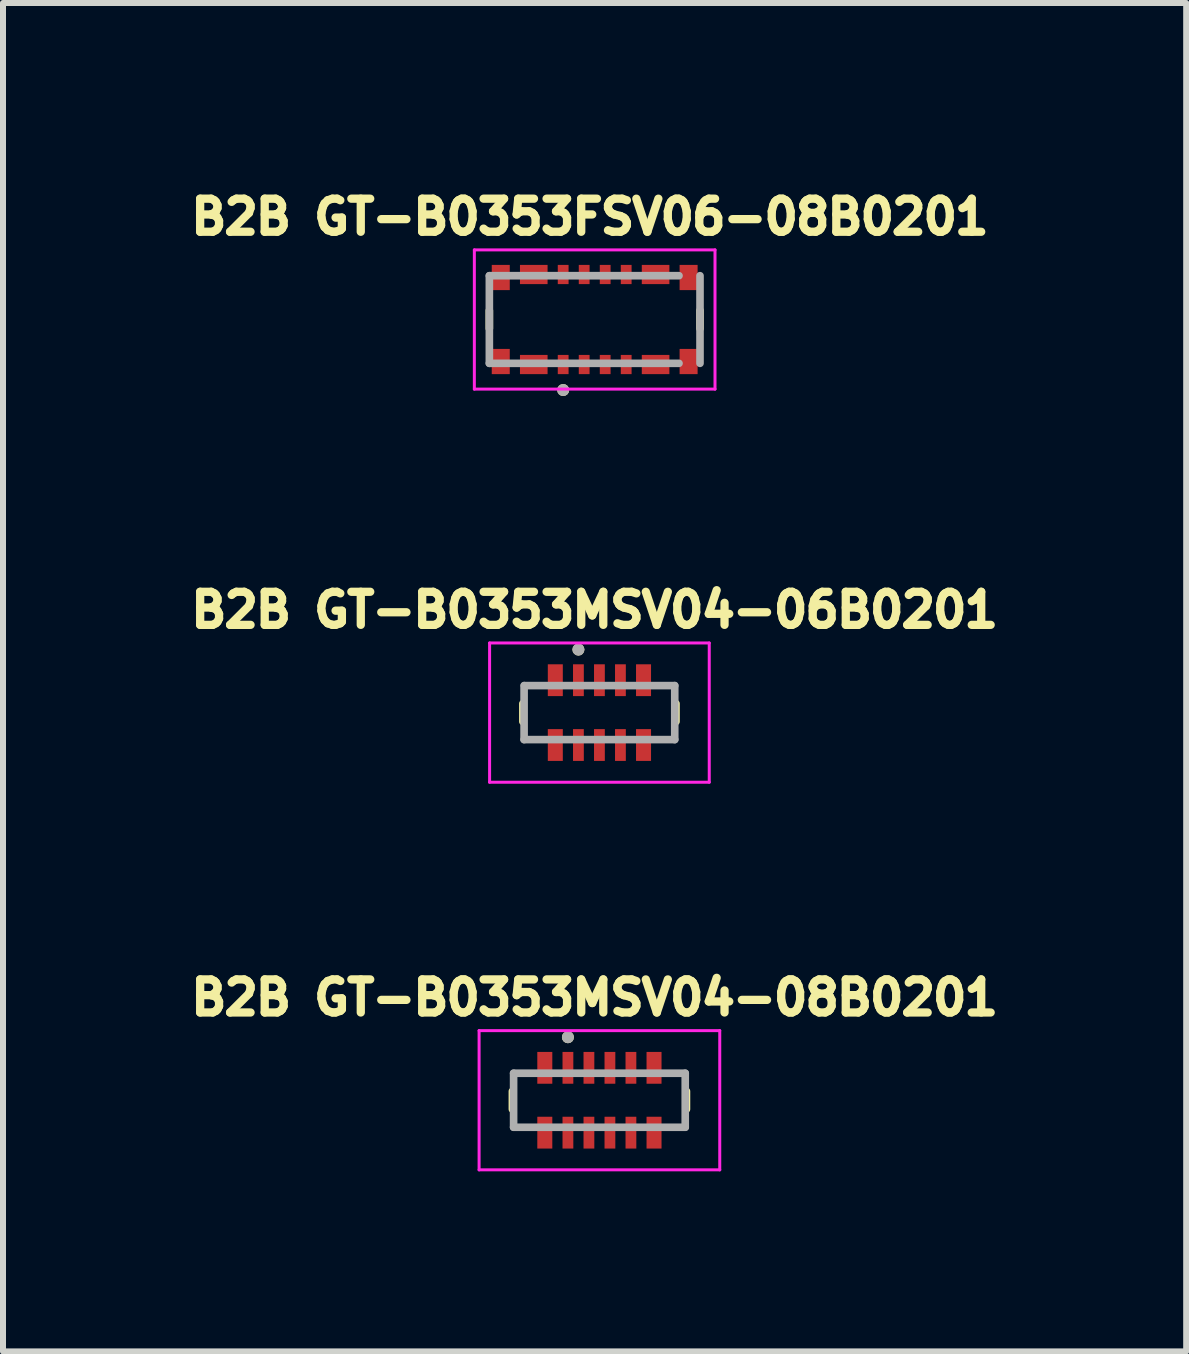
<source format=kicad_pcb>
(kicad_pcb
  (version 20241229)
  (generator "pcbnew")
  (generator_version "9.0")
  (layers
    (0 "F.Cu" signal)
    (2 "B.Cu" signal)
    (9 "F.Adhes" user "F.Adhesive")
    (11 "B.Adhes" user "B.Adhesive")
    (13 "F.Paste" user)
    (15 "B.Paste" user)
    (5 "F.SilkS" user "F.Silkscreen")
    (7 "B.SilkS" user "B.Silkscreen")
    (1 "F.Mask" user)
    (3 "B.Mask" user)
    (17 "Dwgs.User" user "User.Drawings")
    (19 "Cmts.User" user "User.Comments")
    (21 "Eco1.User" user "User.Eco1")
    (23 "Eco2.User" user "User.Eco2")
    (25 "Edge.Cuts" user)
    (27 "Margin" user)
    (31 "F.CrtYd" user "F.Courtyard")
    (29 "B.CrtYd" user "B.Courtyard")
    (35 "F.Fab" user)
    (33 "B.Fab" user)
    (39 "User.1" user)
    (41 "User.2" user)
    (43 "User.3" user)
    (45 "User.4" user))
  (footprint "B2B GT-B0353MSV04-08B0201"
    (layer "F.Cu")
    (at 6.938 15.283)
    (property "Reference" "B2B GT-B0353MSV04-08B0201" (at -0.08 -1.71 0) (layer "F.SilkS") (effects (font (size 0.551 0.551) (thickness 0.138))))
    (attr smd)
    (fp_line (start -1.45 -0.15) (end -1.45 0.15) (stroke (width 0.127) (type solid)) (layer "F.SilkS"))
    (fp_line (start 1.45 -0.15) (end 1.45 0.15) (stroke (width 0.127) (type solid)) (layer "F.SilkS"))
    (fp_circle (center -0.525 -1.05) (end -0.475 -1.05) (stroke (width 0.1) (type solid)) (fill no) (layer "F.SilkS"))
    (fp_line (start -2.005 -1.16) (end -2.005 1.16) (stroke (width 0.05) (type solid)) (layer "F.CrtYd"))
    (fp_line (start -2.005 1.16) (end 2.005 1.16) (stroke (width 0.05) (type solid)) (layer "F.CrtYd"))
    (fp_line (start 2.005 -1.16) (end -2.005 -1.16) (stroke (width 0.05) (type solid)) (layer "F.CrtYd"))
    (fp_line (start 2.005 1.16) (end 2.005 -1.16) (stroke (width 0.05) (type solid)) (layer "F.CrtYd"))
    (fp_line (start -1.43 -0.45) (end -1.43 0.45) (stroke (width 0.127) (type solid)) (layer "F.Fab"))
    (fp_line (start -1.43 -0.45) (end 1.43 -0.45) (stroke (width 0.127) (type solid)) (layer "F.Fab"))
    (fp_line (start -1.43 0.45) (end 1.43 0.45) (stroke (width 0.127) (type solid)) (layer "F.Fab"))
    (fp_line (start 1.43 -0.45) (end 1.43 0.45) (stroke (width 0.127) (type solid)) (layer "F.Fab"))
    (fp_circle (center -0.525 -1.05) (end -0.475 -1.05) (stroke (width 0.1) (type solid)) (fill no) (layer "F.Fab"))
    (pad "1" smd rect (at -0.525 -0.54) (size 0.18 0.53) (layers "F.Cu" "F.Mask" "F.Paste"))
    (pad "2" smd rect (at -0.525 0.54) (size 0.18 0.53) (layers "F.Cu" "F.Mask" "F.Paste"))
    (pad "3" smd rect (at -0.175 -0.54) (size 0.18 0.53) (layers "F.Cu" "F.Mask" "F.Paste"))
    (pad "4" smd rect (at -0.175 0.54) (size 0.18 0.53) (layers "F.Cu" "F.Mask" "F.Paste"))
    (pad "5" smd rect (at 0.175 -0.54) (size 0.18 0.53) (layers "F.Cu" "F.Mask" "F.Paste"))
    (pad "6" smd rect (at 0.175 0.54) (size 0.18 0.53) (layers "F.Cu" "F.Mask" "F.Paste"))
    (pad "7" smd rect (at 0.525 -0.54) (size 0.18 0.53) (layers "F.Cu" "F.Mask" "F.Paste"))
    (pad "8" smd rect (at 0.525 0.54) (size 0.18 0.53) (layers "F.Cu" "F.Mask" "F.Paste"))
    (pad "P1" smd rect (at -0.91 0.54) (size 0.25 0.53) (layers "F.Cu" "F.Mask" "F.Paste"))
    (pad "P1_2" smd rect (at -0.91 -0.54) (size 0.25 0.53) (layers "F.Cu" "F.Mask" "F.Paste"))
    (pad "P2" smd rect (at 0.91 0.54) (size 0.25 0.53) (layers "F.Cu" "F.Mask" "F.Paste"))
    (pad "P2_2" smd rect (at 0.91 -0.54) (size 0.25 0.53) (layers "F.Cu" "F.Mask" "F.Paste")))
  (footprint "B2B GT-B0353FSV06-08B0201"
    (layer "F.Cu")
    (at 6.859 2.274)
    (property "Reference" "B2B GT-B0353FSV06-08B0201" (at -0.08 -1.71 0) (layer "F.SilkS") (effects (font (size 0.551 0.551) (thickness 0.138))))
    (attr smd)
    (fp_poly (pts (xy -1.295 -0.96) (xy -0.735 -0.96) (xy -0.735 -0.54) (xy -1.295 -0.54)) (stroke (width 0.01) (type solid)) (fill yes) (layer "F.Mask"))
    (fp_poly (pts (xy -1.295 0.54) (xy -0.735 0.54) (xy -0.735 0.96) (xy -1.295 0.96)) (stroke (width 0.01) (type solid)) (fill yes) (layer "F.Mask"))
    (fp_poly (pts (xy -0.665 -0.96) (xy -0.385 -0.96) (xy -0.385 -0.54) (xy -0.665 -0.54)) (stroke (width 0.01) (type solid)) (fill yes) (layer "F.Mask"))
    (fp_poly (pts (xy -0.665 0.54) (xy -0.385 0.54) (xy -0.385 0.96) (xy -0.665 0.96)) (stroke (width 0.01) (type solid)) (fill yes) (layer "F.Mask"))
    (fp_poly (pts (xy -0.315 -0.96) (xy -0.035 -0.96) (xy -0.035 -0.54) (xy -0.315 -0.54)) (stroke (width 0.01) (type solid)) (fill yes) (layer "F.Mask"))
    (fp_poly (pts (xy -0.315 0.54) (xy -0.035 0.54) (xy -0.035 0.96) (xy -0.315 0.96)) (stroke (width 0.01) (type solid)) (fill yes) (layer "F.Mask"))
    (fp_poly (pts (xy 0.035 -0.96) (xy 0.315 -0.96) (xy 0.315 -0.54) (xy 0.035 -0.54)) (stroke (width 0.01) (type solid)) (fill yes) (layer "F.Mask"))
    (fp_poly (pts (xy 0.035 0.54) (xy 0.315 0.54) (xy 0.315 0.96) (xy 0.035 0.96)) (stroke (width 0.01) (type solid)) (fill yes) (layer "F.Mask"))
    (fp_poly (pts (xy 0.385 -0.96) (xy 0.665 -0.96) (xy 0.665 -0.54) (xy 0.385 -0.54)) (stroke (width 0.01) (type solid)) (fill yes) (layer "F.Mask"))
    (fp_poly (pts (xy 0.385 0.54) (xy 0.665 0.54) (xy 0.665 0.96) (xy 0.385 0.96)) (stroke (width 0.01) (type solid)) (fill yes) (layer "F.Mask"))
    (fp_poly (pts (xy 0.735 -0.96) (xy 1.295 -0.96) (xy 1.295 -0.54) (xy 0.735 -0.54)) (stroke (width 0.01) (type solid)) (fill yes) (layer "F.Mask"))
    (fp_poly (pts (xy 0.735 0.54) (xy 1.295 0.54) (xy 1.295 0.96) (xy 0.735 0.96)) (stroke (width 0.01) (type solid)) (fill yes) (layer "F.Mask"))
    (fp_line (start -1.755 -0.15) (end -1.755 0.15) (stroke (width 0.127) (type solid)) (layer "F.SilkS"))
    (fp_line (start 1.755 -0.15) (end 1.755 0.15) (stroke (width 0.127) (type solid)) (layer "F.SilkS"))
    (fp_circle (center -0.525 1.175) (end -0.475 1.175) (stroke (width 0.1) (type solid)) (fill no) (layer "F.SilkS"))
    (fp_line (start -2.005 -1.16) (end -2.005 1.16) (stroke (width 0.05) (type solid)) (layer "F.CrtYd"))
    (fp_line (start -2.005 1.16) (end 2.005 1.16) (stroke (width 0.05) (type solid)) (layer "F.CrtYd"))
    (fp_line (start 2.005 -1.16) (end -2.005 -1.16) (stroke (width 0.05) (type solid)) (layer "F.CrtYd"))
    (fp_line (start 2.005 1.16) (end 2.005 -1.16) (stroke (width 0.05) (type solid)) (layer "F.CrtYd"))
    (fp_line (start -1.755 -0.73) (end -1.755 0.73) (stroke (width 0.127) (type solid)) (layer "F.Fab"))
    (fp_line (start -1.755 0.73) (end 1.405 0.73) (stroke (width 0.127) (type solid)) (layer "F.Fab"))
    (fp_line (start 1.405 -0.73) (end -1.755 -0.73) (stroke (width 0.127) (type solid)) (layer "F.Fab"))
    (fp_line (start 1.755 0.73) (end 1.755 -0.73) (stroke (width 0.127) (type solid)) (layer "F.Fab"))
    (fp_circle (center -0.525 1.175) (end -0.475 1.175) (stroke (width 0.1) (type solid)) (fill no) (layer "F.Fab"))
    (pad "1" smd rect (at -0.525 0.75) (size 0.18 0.32) (layers "F.Cu" "F.Paste"))
    (pad "2" smd rect (at -0.525 -0.75) (size 0.18 0.32) (layers "F.Cu" "F.Paste"))
    (pad "3" smd rect (at -0.175 0.75) (size 0.18 0.32) (layers "F.Cu" "F.Paste"))
    (pad "4" smd rect (at -0.175 -0.75) (size 0.18 0.32) (layers "F.Cu" "F.Paste"))
    (pad "5" smd rect (at 0.175 0.75) (size 0.18 0.32) (layers "F.Cu" "F.Paste"))
    (pad "6" smd rect (at 0.175 -0.75) (size 0.18 0.32) (layers "F.Cu" "F.Paste"))
    (pad "7" smd rect (at 0.525 0.75) (size 0.18 0.32) (layers "F.Cu" "F.Paste"))
    (pad "8" smd rect (at 0.525 -0.75) (size 0.18 0.32) (layers "F.Cu" "F.Paste"))
    (pad "P1" smd rect (at -1.015 0.75) (size 0.46 0.32) (layers "F.Cu" "F.Paste"))
    (pad "P1_2" smd rect (at -1.015 -0.75) (size 0.46 0.32) (layers "F.Cu" "F.Paste"))
    (pad "P2" smd rect (at 1.015 0.75) (size 0.46 0.32) (layers "F.Cu" "F.Paste"))
    (pad "P2_2" smd rect (at 1.015 -0.75) (size 0.46 0.32) (layers "F.Cu" "F.Paste"))
    (pad "S1" smd rect (at -1.565 0.7) (size 0.3 0.42) (layers "F.Cu" "F.Mask" "F.Paste"))
    (pad "S2" smd rect (at -1.565 -0.7) (size 0.3 0.42) (layers "F.Cu" "F.Mask" "F.Paste"))
    (pad "S3" smd rect (at 1.565 0.7) (size 0.3 0.42) (layers "F.Cu" "F.Mask" "F.Paste"))
    (pad "S4" smd rect (at 1.565 -0.7) (size 0.3 0.42) (layers "F.Cu" "F.Mask" "F.Paste"))
    (zone (net_name "") (layer "F.Cu") (hatch full 0.508) (connect_pads) (min_thickness 0.01) (filled_areas_thickness no) (keepout (tracks not_allowed) (vias not_allowed) (pads not_allowed) (copperpour not_allowed) (footprints allowed)) (placement (enabled no)) (fill) (polygon (pts (xy 5.614 1.684) (xy 8.104 1.684) (xy 8.104 2.864) (xy 5.614 2.864))))
    (zone (net_name "") (layers "F.Cu" "B.Cu") (hatch full 0.508) (connect_pads) (min_thickness 0.01) (filled_areas_thickness no) (keepout (tracks allowed) (vias not_allowed) (pads allowed) (copperpour allowed) (footprints allowed)) (placement (enabled no)) (fill) (polygon (pts (xy 5.614 1.684) (xy 8.104 1.684) (xy 8.104 2.864) (xy 5.614 2.864)))))
  (footprint "B2B GT-B0353MSV04-06B0201"
    (layer "F.Cu")
    (at 6.938 8.824)
    (property "Reference" "B2B GT-B0353MSV04-06B0201" (at -0.08 -1.71 0) (layer "F.SilkS") (effects (font (size 0.551 0.551) (thickness 0.138))))
    (attr smd)
    (fp_line (start -1.275 -0.15) (end -1.275 0.15) (stroke (width 0.127) (type solid)) (layer "F.SilkS"))
    (fp_line (start 1.275 -0.15) (end 1.275 0.15) (stroke (width 0.127) (type solid)) (layer "F.SilkS"))
    (fp_circle (center -0.35 -1.05) (end -0.3 -1.05) (stroke (width 0.1) (type solid)) (fill no) (layer "F.SilkS"))
    (fp_line (start -1.83 -1.16) (end -1.83 1.16) (stroke (width 0.05) (type solid)) (layer "F.CrtYd"))
    (fp_line (start -1.83 1.16) (end 1.83 1.16) (stroke (width 0.05) (type solid)) (layer "F.CrtYd"))
    (fp_line (start 1.83 -1.16) (end -1.83 -1.16) (stroke (width 0.05) (type solid)) (layer "F.CrtYd"))
    (fp_line (start 1.83 1.16) (end 1.83 -1.16) (stroke (width 0.05) (type solid)) (layer "F.CrtYd"))
    (fp_line (start -1.255 -0.45) (end -1.255 0.45) (stroke (width 0.127) (type solid)) (layer "F.Fab"))
    (fp_line (start -1.255 0.45) (end 1.255 0.45) (stroke (width 0.127) (type solid)) (layer "F.Fab"))
    (fp_line (start -1.25 -0.45) (end 1.255 -0.45) (stroke (width 0.127) (type solid)) (layer "F.Fab"))
    (fp_line (start 1.255 -0.45) (end 1.255 0.45) (stroke (width 0.127) (type solid)) (layer "F.Fab"))
    (fp_circle (center -0.35 -1.05) (end -0.3 -1.05) (stroke (width 0.1) (type solid)) (fill no) (layer "F.Fab"))
    (pad "1" smd rect (at -0.35 -0.54) (size 0.18 0.53) (layers "F.Cu" "F.Mask" "F.Paste"))
    (pad "2" smd rect (at -0.35 0.54) (size 0.18 0.53) (layers "F.Cu" "F.Mask" "F.Paste"))
    (pad "3" smd rect (at 0 -0.54) (size 0.18 0.53) (layers "F.Cu" "F.Mask" "F.Paste"))
    (pad "4" smd rect (at 0 0.54) (size 0.18 0.53) (layers "F.Cu" "F.Mask" "F.Paste"))
    (pad "5" smd rect (at 0.35 -0.54) (size 0.18 0.53) (layers "F.Cu" "F.Mask" "F.Paste"))
    (pad "6" smd rect (at 0.35 0.54) (size 0.18 0.53) (layers "F.Cu" "F.Mask" "F.Paste"))
    (pad "P1" smd rect (at -0.735 0.54) (size 0.25 0.53) (layers "F.Cu" "F.Mask" "F.Paste"))
    (pad "P1_2" smd rect (at -0.735 -0.54) (size 0.25 0.53) (layers "F.Cu" "F.Mask" "F.Paste"))
    (pad "P2" smd rect (at 0.735 0.54) (size 0.25 0.53) (layers "F.Cu" "F.Mask" "F.Paste"))
    (pad "P2_2" smd rect (at 0.735 -0.54) (size 0.25 0.53) (layers "F.Cu" "F.Mask" "F.Paste")))
  (gr_rect
    (start -3 -3)
    (end 16.715 19.468)
    (stroke (width 0.1) (type default))
    (fill no)
    (layer "Edge.Cuts")))
</source>
